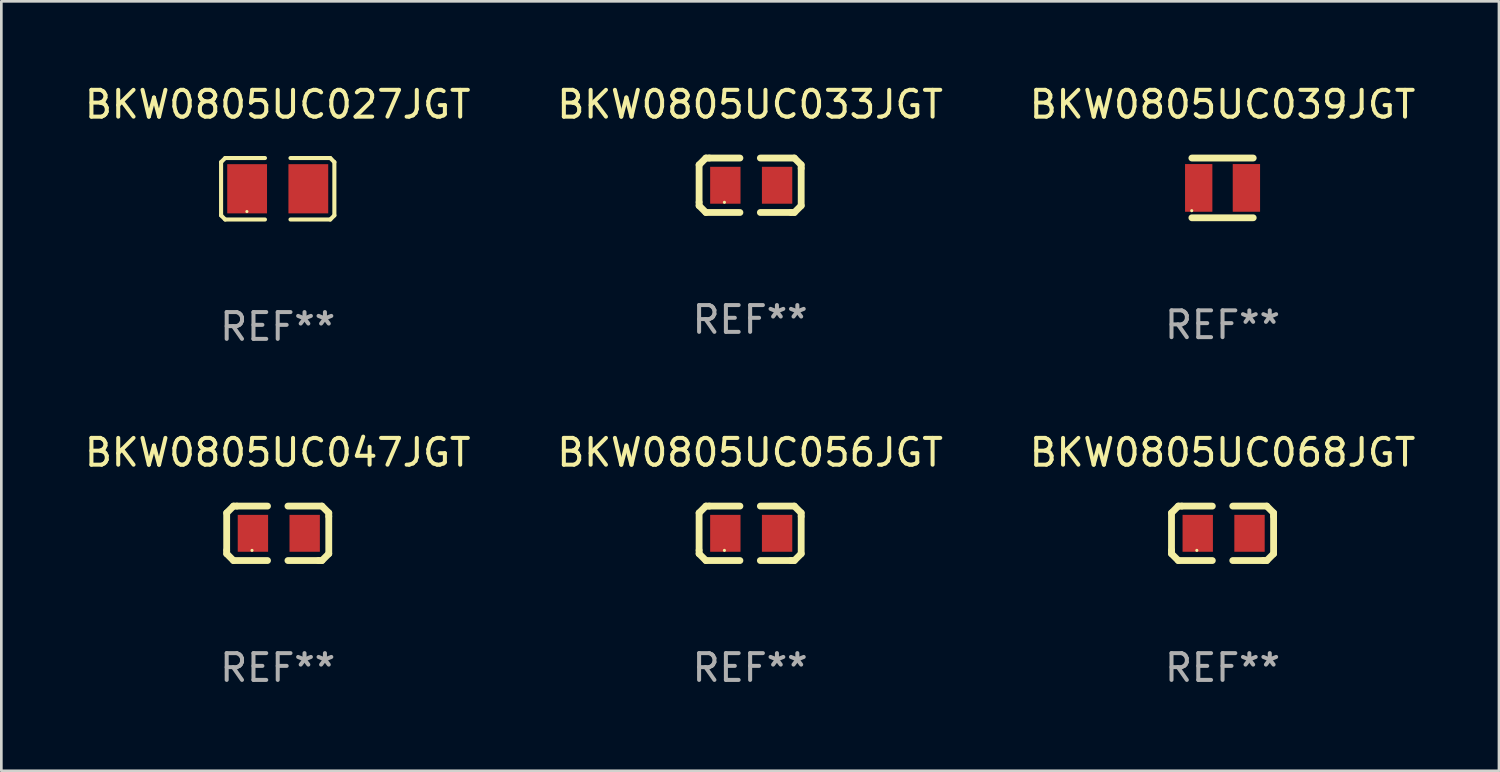
<source format=kicad_pcb>
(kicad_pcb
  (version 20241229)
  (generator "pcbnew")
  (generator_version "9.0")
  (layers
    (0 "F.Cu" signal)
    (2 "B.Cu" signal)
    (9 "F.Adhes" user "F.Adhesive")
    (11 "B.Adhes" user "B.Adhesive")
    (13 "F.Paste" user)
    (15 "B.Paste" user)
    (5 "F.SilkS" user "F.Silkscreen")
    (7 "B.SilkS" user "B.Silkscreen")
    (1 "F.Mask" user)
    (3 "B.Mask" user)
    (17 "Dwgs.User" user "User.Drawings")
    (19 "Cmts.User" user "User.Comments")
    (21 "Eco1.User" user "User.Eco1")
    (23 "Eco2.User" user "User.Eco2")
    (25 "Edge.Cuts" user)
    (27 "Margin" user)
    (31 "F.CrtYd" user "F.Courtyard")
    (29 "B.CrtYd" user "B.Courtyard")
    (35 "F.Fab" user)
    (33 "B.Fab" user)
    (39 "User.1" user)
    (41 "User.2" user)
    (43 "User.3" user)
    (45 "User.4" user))
  (footprint "BKW0805UC027JGT"
    (layer "F.Cu")
    (at 7.315 3.995)
    (property "Reference" "BKW0805UC027JGT" (at 0 -3.147 0) (layer "F.SilkS") (effects (font (size 1 1) (thickness 0.15))))
    (attr through_hole)
    (fp_line (start -2.114 -0.994) (end -2.114 0.994) (stroke (width 0.152) (type solid)) (layer "F.SilkS"))
    (fp_line (start -2.114 0.994) (end -1.961 1.147) (stroke (width 0.152) (type solid)) (layer "F.SilkS"))
    (fp_line (start -1.961 -1.147) (end -2.114 -0.994) (stroke (width 0.152) (type solid)) (layer "F.SilkS"))
    (fp_line (start -1.961 1.147) (end -0.476 1.147) (stroke (width 0.152) (type solid)) (layer "F.SilkS"))
    (fp_line (start -0.476 -1.147) (end -1.961 -1.147) (stroke (width 0.152) (type solid)) (layer "F.SilkS"))
    (fp_line (start 0.476 -1.147) (end 1.961 -1.147) (stroke (width 0.152) (type solid)) (layer "F.SilkS"))
    (fp_line (start 1.961 -1.147) (end 2.114 -0.994) (stroke (width 0.152) (type solid)) (layer "F.SilkS"))
    (fp_line (start 1.961 1.147) (end 0.476 1.147) (stroke (width 0.152) (type solid)) (layer "F.SilkS"))
    (fp_line (start 2.114 -0.994) (end 2.114 0.994) (stroke (width 0.152) (type solid)) (layer "F.SilkS"))
    (fp_line (start 2.114 0.994) (end 1.961 1.147) (stroke (width 0.152) (type solid)) (layer "F.SilkS"))
    (fp_circle (center -1.15 0.85) (end -1.12 0.85) (stroke (width 0.06) (type solid)) (fill no) (layer "F.SilkS"))
    (fp_text user "REF**" (at 0 5.147 0) (layer "F.Fab") (effects (font (size 1 1) (thickness 0.15))))
    (pad "1" smd rect (at -1.142 0) (size 1.485 1.836) (layers "F.Cu" "F.Mask" "F.Paste"))
    (pad "2" smd rect (at 1.142 0) (size 1.485 1.836) (layers "F.Cu" "F.Mask" "F.Paste")))
  (footprint "BKW0805UC056JGT"
    (layer "F.Cu")
    (at 24.946 16.854)
    (property "Reference" "BKW0805UC056JGT" (at 0 -3.016 0) (layer "F.SilkS") (effects (font (size 1 1) (thickness 0.15))))
    (attr through_hole)
    (fp_line (start -1.905 -0.762) (end -1.905 0.635) (stroke (width 0.254) (type solid)) (layer "F.SilkS"))
    (fp_line (start -1.905 0.635) (end -1.905 0.762) (stroke (width 0.254) (type solid)) (layer "F.SilkS"))
    (fp_line (start -1.905 0.762) (end -1.651 1.016) (stroke (width 0.254) (type solid)) (layer "F.SilkS"))
    (fp_line (start -1.651 -1.016) (end -1.905 -0.762) (stroke (width 0.254) (type solid)) (layer "F.SilkS"))
    (fp_line (start -1.651 1.016) (end -0.381 1.016) (stroke (width 0.254) (type solid)) (layer "F.SilkS"))
    (fp_line (start -1.524 -1.016) (end -1.651 -1.016) (stroke (width 0.254) (type solid)) (layer "F.SilkS"))
    (fp_line (start -0.381 -1.016) (end -1.524 -1.016) (stroke (width 0.254) (type solid)) (layer "F.SilkS"))
    (fp_line (start 0.381 1.016) (end 1.524 1.016) (stroke (width 0.254) (type solid)) (layer "F.SilkS"))
    (fp_line (start 1.524 1.016) (end 1.651 1.016) (stroke (width 0.254) (type solid)) (layer "F.SilkS"))
    (fp_line (start 1.651 -1.016) (end 0.381 -1.016) (stroke (width 0.254) (type solid)) (layer "F.SilkS"))
    (fp_line (start 1.651 1.016) (end 1.905 0.762) (stroke (width 0.254) (type solid)) (layer "F.SilkS"))
    (fp_line (start 1.905 -0.762) (end 1.651 -1.016) (stroke (width 0.254) (type solid)) (layer "F.SilkS"))
    (fp_line (start 1.905 -0.635) (end 1.905 -0.762) (stroke (width 0.254) (type solid)) (layer "F.SilkS"))
    (fp_line (start 1.905 0.762) (end 1.905 -0.635) (stroke (width 0.254) (type solid)) (layer "F.SilkS"))
    (fp_circle (center -0.96 0.637) (end -0.93 0.637) (stroke (width 0.06) (type solid)) (fill no) (layer "F.SilkS"))
    (fp_text user "REF**" (at 0 5.016 0) (layer "F.Fab") (effects (font (size 1 1) (thickness 0.15))))
    (pad "1" smd rect (at -0.926 -0.000051) (size 1.133 1.377) (layers "F.Cu" "F.Mask" "F.Paste"))
    (pad "2" smd rect (at 1.006 -0.000051) (size 1.133 1.377) (layers "F.Cu" "F.Mask" "F.Paste")))
  (footprint "BKW0805UC033JGT"
    (layer "F.Cu")
    (at 24.946 3.864)
    (property "Reference" "BKW0805UC033JGT" (at 0 -3.016 0) (layer "F.SilkS") (effects (font (size 1 1) (thickness 0.15))))
    (attr through_hole)
    (fp_line (start -1.905 -0.762) (end -1.905 0.635) (stroke (width 0.254) (type solid)) (layer "F.SilkS"))
    (fp_line (start -1.905 0.635) (end -1.905 0.762) (stroke (width 0.254) (type solid)) (layer "F.SilkS"))
    (fp_line (start -1.905 0.762) (end -1.651 1.016) (stroke (width 0.254) (type solid)) (layer "F.SilkS"))
    (fp_line (start -1.651 -1.016) (end -1.905 -0.762) (stroke (width 0.254) (type solid)) (layer "F.SilkS"))
    (fp_line (start -1.651 1.016) (end -0.381 1.016) (stroke (width 0.254) (type solid)) (layer "F.SilkS"))
    (fp_line (start -1.524 -1.016) (end -1.651 -1.016) (stroke (width 0.254) (type solid)) (layer "F.SilkS"))
    (fp_line (start -0.381 -1.016) (end -1.524 -1.016) (stroke (width 0.254) (type solid)) (layer "F.SilkS"))
    (fp_line (start 0.381 1.016) (end 1.524 1.016) (stroke (width 0.254) (type solid)) (layer "F.SilkS"))
    (fp_line (start 1.524 1.016) (end 1.651 1.016) (stroke (width 0.254) (type solid)) (layer "F.SilkS"))
    (fp_line (start 1.651 -1.016) (end 0.381 -1.016) (stroke (width 0.254) (type solid)) (layer "F.SilkS"))
    (fp_line (start 1.651 1.016) (end 1.905 0.762) (stroke (width 0.254) (type solid)) (layer "F.SilkS"))
    (fp_line (start 1.905 -0.762) (end 1.651 -1.016) (stroke (width 0.254) (type solid)) (layer "F.SilkS"))
    (fp_line (start 1.905 -0.635) (end 1.905 -0.762) (stroke (width 0.254) (type solid)) (layer "F.SilkS"))
    (fp_line (start 1.905 0.762) (end 1.905 -0.635) (stroke (width 0.254) (type solid)) (layer "F.SilkS"))
    (fp_circle (center -0.96 0.637) (end -0.93 0.637) (stroke (width 0.06) (type solid)) (fill no) (layer "F.SilkS"))
    (fp_text user "REF**" (at 0 5.016 0) (layer "F.Fab") (effects (font (size 1 1) (thickness 0.15))))
    (pad "1" smd rect (at -0.926 -0.000051) (size 1.133 1.377) (layers "F.Cu" "F.Mask" "F.Paste"))
    (pad "2" smd rect (at 1.006 -0.000051) (size 1.133 1.377) (layers "F.Cu" "F.Mask" "F.Paste")))
  (footprint "BKW0805UC039JGT"
    (layer "F.Cu")
    (at 42.577 3.963)
    (property "Reference" "BKW0805UC039JGT" (at 0 -3.115 0) (layer "F.SilkS") (effects (font (size 1 1) (thickness 0.15))))
    (attr through_hole)
    (fp_line (start -1.145 -1.115) (end 1.145 -1.115) (stroke (width 0.254) (type solid)) (layer "F.SilkS"))
    (fp_line (start -1.145 1.115) (end 1.145 1.115) (stroke (width 0.254) (type solid)) (layer "F.SilkS"))
    (fp_circle (center -1.15 0.85) (end -1.12 0.85) (stroke (width 0.06) (type solid)) (fill no) (layer "F.SilkS"))
    (fp_text user "REF**" (at 0 5.115 0) (layer "F.Fab") (effects (font (size 1 1) (thickness 0.15))))
    (pad "1" smd rect (at -0.89 0 90) (size 1.78 1.02) (layers "F.Cu" "F.Mask" "F.Paste"))
    (pad "2" smd rect (at 0.89 0 90) (size 1.78 1.02) (layers "F.Cu" "F.Mask" "F.Paste")))
  (footprint "BKW0805UC047JGT"
    (layer "F.Cu")
    (at 7.315 16.854)
    (property "Reference" "BKW0805UC047JGT" (at 0 -3.016 0) (layer "F.SilkS") (effects (font (size 1 1) (thickness 0.15))))
    (attr through_hole)
    (fp_line (start -1.905 -0.762) (end -1.905 0.635) (stroke (width 0.254) (type solid)) (layer "F.SilkS"))
    (fp_line (start -1.905 0.635) (end -1.905 0.762) (stroke (width 0.254) (type solid)) (layer "F.SilkS"))
    (fp_line (start -1.905 0.762) (end -1.651 1.016) (stroke (width 0.254) (type solid)) (layer "F.SilkS"))
    (fp_line (start -1.651 -1.016) (end -1.905 -0.762) (stroke (width 0.254) (type solid)) (layer "F.SilkS"))
    (fp_line (start -1.651 1.016) (end -0.381 1.016) (stroke (width 0.254) (type solid)) (layer "F.SilkS"))
    (fp_line (start -1.524 -1.016) (end -1.651 -1.016) (stroke (width 0.254) (type solid)) (layer "F.SilkS"))
    (fp_line (start -0.381 -1.016) (end -1.524 -1.016) (stroke (width 0.254) (type solid)) (layer "F.SilkS"))
    (fp_line (start 0.381 1.016) (end 1.524 1.016) (stroke (width 0.254) (type solid)) (layer "F.SilkS"))
    (fp_line (start 1.524 1.016) (end 1.651 1.016) (stroke (width 0.254) (type solid)) (layer "F.SilkS"))
    (fp_line (start 1.651 -1.016) (end 0.381 -1.016) (stroke (width 0.254) (type solid)) (layer "F.SilkS"))
    (fp_line (start 1.651 1.016) (end 1.905 0.762) (stroke (width 0.254) (type solid)) (layer "F.SilkS"))
    (fp_line (start 1.905 -0.762) (end 1.651 -1.016) (stroke (width 0.254) (type solid)) (layer "F.SilkS"))
    (fp_line (start 1.905 -0.635) (end 1.905 -0.762) (stroke (width 0.254) (type solid)) (layer "F.SilkS"))
    (fp_line (start 1.905 0.762) (end 1.905 -0.635) (stroke (width 0.254) (type solid)) (layer "F.SilkS"))
    (fp_circle (center -0.96 0.637) (end -0.93 0.637) (stroke (width 0.06) (type solid)) (fill no) (layer "F.SilkS"))
    (fp_text user "REF**" (at 0 5.016 0) (layer "F.Fab") (effects (font (size 1 1) (thickness 0.15))))
    (pad "1" smd rect (at -0.926 -0.000051) (size 1.133 1.377) (layers "F.Cu" "F.Mask" "F.Paste"))
    (pad "2" smd rect (at 1.006 -0.000051) (size 1.133 1.377) (layers "F.Cu" "F.Mask" "F.Paste")))
  (footprint "BKW0805UC068JGT"
    (layer "F.Cu")
    (at 42.577 16.854)
    (property "Reference" "BKW0805UC068JGT" (at 0 -3.016 0) (layer "F.SilkS") (effects (font (size 1 1) (thickness 0.15))))
    (attr through_hole)
    (fp_line (start -1.905 -0.762) (end -1.905 0.635) (stroke (width 0.254) (type solid)) (layer "F.SilkS"))
    (fp_line (start -1.905 0.635) (end -1.905 0.762) (stroke (width 0.254) (type solid)) (layer "F.SilkS"))
    (fp_line (start -1.905 0.762) (end -1.651 1.016) (stroke (width 0.254) (type solid)) (layer "F.SilkS"))
    (fp_line (start -1.651 -1.016) (end -1.905 -0.762) (stroke (width 0.254) (type solid)) (layer "F.SilkS"))
    (fp_line (start -1.651 1.016) (end -0.381 1.016) (stroke (width 0.254) (type solid)) (layer "F.SilkS"))
    (fp_line (start -1.524 -1.016) (end -1.651 -1.016) (stroke (width 0.254) (type solid)) (layer "F.SilkS"))
    (fp_line (start -0.381 -1.016) (end -1.524 -1.016) (stroke (width 0.254) (type solid)) (layer "F.SilkS"))
    (fp_line (start 0.381 1.016) (end 1.524 1.016) (stroke (width 0.254) (type solid)) (layer "F.SilkS"))
    (fp_line (start 1.524 1.016) (end 1.651 1.016) (stroke (width 0.254) (type solid)) (layer "F.SilkS"))
    (fp_line (start 1.651 -1.016) (end 0.381 -1.016) (stroke (width 0.254) (type solid)) (layer "F.SilkS"))
    (fp_line (start 1.651 1.016) (end 1.905 0.762) (stroke (width 0.254) (type solid)) (layer "F.SilkS"))
    (fp_line (start 1.905 -0.762) (end 1.651 -1.016) (stroke (width 0.254) (type solid)) (layer "F.SilkS"))
    (fp_line (start 1.905 -0.635) (end 1.905 -0.762) (stroke (width 0.254) (type solid)) (layer "F.SilkS"))
    (fp_line (start 1.905 0.762) (end 1.905 -0.635) (stroke (width 0.254) (type solid)) (layer "F.SilkS"))
    (fp_circle (center -0.96 0.637) (end -0.93 0.637) (stroke (width 0.06) (type solid)) (fill no) (layer "F.SilkS"))
    (fp_text user "REF**" (at 0 5.016 0) (layer "F.Fab") (effects (font (size 1 1) (thickness 0.15))))
    (pad "1" smd rect (at -0.926 -0.000051) (size 1.133 1.377) (layers "F.Cu" "F.Mask" "F.Paste"))
    (pad "2" smd rect (at 1.006 -0.000051) (size 1.133 1.377) (layers "F.Cu" "F.Mask" "F.Paste")))
  (gr_rect
    (start -3 -3)
    (end 52.893 25.718)
    (stroke (width 0.1) (type default))
    (fill no)
    (layer "Edge.Cuts")))
</source>
